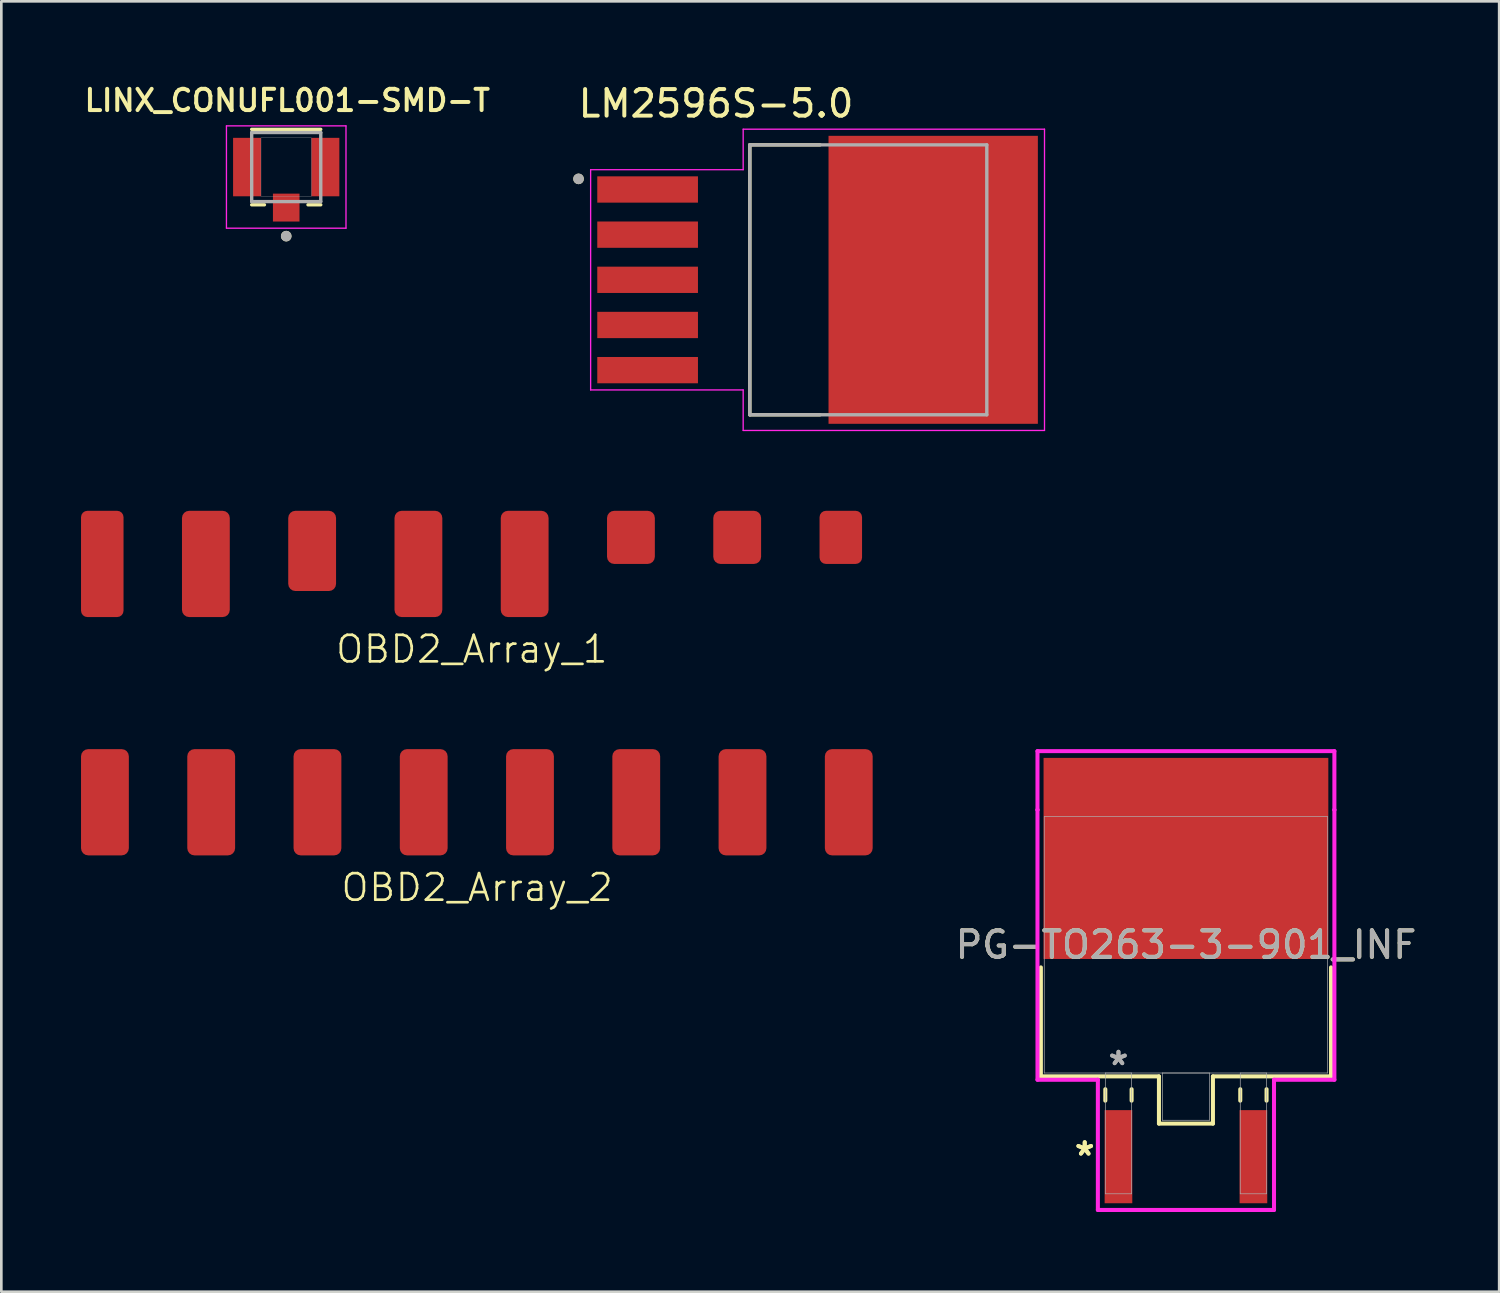
<source format=kicad_pcb>
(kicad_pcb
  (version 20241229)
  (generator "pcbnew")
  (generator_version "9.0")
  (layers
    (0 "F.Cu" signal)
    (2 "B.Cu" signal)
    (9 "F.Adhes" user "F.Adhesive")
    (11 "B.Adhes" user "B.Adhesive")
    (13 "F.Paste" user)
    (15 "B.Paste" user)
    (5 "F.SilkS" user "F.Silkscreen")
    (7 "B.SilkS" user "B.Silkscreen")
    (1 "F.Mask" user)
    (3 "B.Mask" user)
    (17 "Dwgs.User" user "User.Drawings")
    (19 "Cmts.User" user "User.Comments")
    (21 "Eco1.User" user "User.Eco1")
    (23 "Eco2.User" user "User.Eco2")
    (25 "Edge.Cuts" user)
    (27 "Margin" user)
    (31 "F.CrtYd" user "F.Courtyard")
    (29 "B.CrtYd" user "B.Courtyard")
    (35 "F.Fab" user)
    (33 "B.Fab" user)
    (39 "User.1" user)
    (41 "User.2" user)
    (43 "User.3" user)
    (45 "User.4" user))
  (footprint "OBD2_Array_2"
    (layer "F.Cu")
    (at 14.9 27.149)
    (property "Reference" "OBD2_Array_2" (at 0.01 3.21 0) (unlocked yes) (layer "F.SilkS") (effects (font (size 1 1) (thickness 0.1))))
    (attr smd)
    (pad "9" smd roundrect (at 14 0) (size 1.8 4) (layers "F.Cu" "F.Mask" "F.Paste") (roundrect_rratio 0.15))
    (pad "10" smd roundrect (at 10 0) (size 1.8 4) (layers "F.Cu" "F.Mask" "F.Paste") (roundrect_rratio 0.15))
    (pad "11" smd roundrect (at 6 0) (size 1.8 4) (layers "F.Cu" "F.Mask" "F.Paste") (roundrect_rratio 0.15))
    (pad "12" smd roundrect (at 2 0) (size 1.8 4) (layers "F.Cu" "F.Mask" "F.Paste") (roundrect_rratio 0.15))
    (pad "13" smd roundrect (at -2 0) (size 1.8 4) (layers "F.Cu" "F.Mask" "F.Paste") (roundrect_rratio 0.15))
    (pad "14" smd roundrect (at -6 0) (size 1.8 4) (layers "F.Cu" "F.Mask" "F.Paste") (roundrect_rratio 0.15))
    (pad "15" smd roundrect (at -10 0) (size 1.8 4) (layers "F.Cu" "F.Mask" "F.Paste") (roundrect_rratio 0.15))
    (pad "16" smd roundrect (at -14 0) (size 1.8 4) (layers "F.Cu" "F.Mask" "F.Paste") (roundrect_rratio 0.15)))
  (footprint "PG-TO263-3-901_INF"
    (layer "F.Cu")
    (at 41.592 32.515)
    (property "Reference" "PG-TO263-3-901_INF" (at 0 0 0) (unlocked yes) (layer "F.SilkS") (effects (font (size 1 1) (thickness 0.15))))
    (attr smd)
    (fp_line (start -5.461 0.85) (end -5.461 4.953) (stroke (width 0.152) (type solid)) (layer "F.SilkS"))
    (fp_line (start -5.461 4.953) (end -1.016 4.953) (stroke (width 0.152) (type solid)) (layer "F.SilkS"))
    (fp_line (start -3.035 5.436) (end -3.035 5.867) (stroke (width 0.152) (type solid)) (layer "F.SilkS"))
    (fp_line (start -2.045 5.436) (end -2.045 5.867) (stroke (width 0.152) (type solid)) (layer "F.SilkS"))
    (fp_line (start -1.016 4.953) (end -1.016 6.731) (stroke (width 0.152) (type solid)) (layer "F.SilkS"))
    (fp_line (start -1.016 6.731) (end 1.016 6.731) (stroke (width 0.152) (type solid)) (layer "F.SilkS"))
    (fp_line (start 1.016 4.953) (end 5.461 4.953) (stroke (width 0.152) (type solid)) (layer "F.SilkS"))
    (fp_line (start 1.016 6.731) (end 1.016 4.953) (stroke (width 0.152) (type solid)) (layer "F.SilkS"))
    (fp_line (start 2.045 5.436) (end 2.045 5.867) (stroke (width 0.152) (type solid)) (layer "F.SilkS"))
    (fp_line (start 3.035 5.436) (end 3.035 5.867) (stroke (width 0.152) (type solid)) (layer "F.SilkS"))
    (fp_line (start 5.461 4.953) (end 5.461 0.85) (stroke (width 0.152) (type solid)) (layer "F.SilkS"))
    (fp_line (start -5.588 -7.29) (end 5.588 -7.29) (stroke (width 0.152) (type solid)) (layer "F.CrtYd"))
    (fp_line (start -5.588 -5.08) (end -5.588 -7.29) (stroke (width 0.152) (type solid)) (layer "F.CrtYd"))
    (fp_line (start -5.588 -5.08) (end -5.588 -5.08) (stroke (width 0.152) (type solid)) (layer "F.CrtYd"))
    (fp_line (start -5.588 5.08) (end -5.588 -5.08) (stroke (width 0.152) (type solid)) (layer "F.CrtYd"))
    (fp_line (start -3.315 5.08) (end -5.588 5.08) (stroke (width 0.152) (type solid)) (layer "F.CrtYd"))
    (fp_line (start -3.315 9.982) (end -3.315 5.08) (stroke (width 0.152) (type solid)) (layer "F.CrtYd"))
    (fp_line (start 3.315 5.08) (end 3.315 9.982) (stroke (width 0.152) (type solid)) (layer "F.CrtYd"))
    (fp_line (start 3.315 9.982) (end -3.315 9.982) (stroke (width 0.152) (type solid)) (layer "F.CrtYd"))
    (fp_line (start 5.588 -7.29) (end 5.588 -5.08) (stroke (width 0.152) (type solid)) (layer "F.CrtYd"))
    (fp_line (start 5.588 -5.08) (end 5.588 -5.08) (stroke (width 0.152) (type solid)) (layer "F.CrtYd"))
    (fp_line (start 5.588 -5.08) (end 5.588 5.08) (stroke (width 0.152) (type solid)) (layer "F.CrtYd"))
    (fp_line (start 5.588 5.08) (end 3.315 5.08) (stroke (width 0.152) (type solid)) (layer "F.CrtYd"))
    (fp_line (start -5.334 -4.826) (end -5.334 4.826) (stroke (width 0.025) (type solid)) (layer "F.Fab"))
    (fp_line (start -5.334 4.826) (end 5.334 4.826) (stroke (width 0.025) (type solid)) (layer "F.Fab"))
    (fp_line (start -3.035 4.826) (end -3.035 9.373) (stroke (width 0.025) (type solid)) (layer "F.Fab"))
    (fp_line (start -3.035 9.373) (end -2.045 9.373) (stroke (width 0.025) (type solid)) (layer "F.Fab"))
    (fp_line (start -2.045 4.826) (end -3.035 4.826) (stroke (width 0.025) (type solid)) (layer "F.Fab"))
    (fp_line (start -2.045 9.373) (end -2.045 4.826) (stroke (width 0.025) (type solid)) (layer "F.Fab"))
    (fp_line (start -0.889 4.826) (end -0.889 6.604) (stroke (width 0.025) (type solid)) (layer "F.Fab"))
    (fp_line (start -0.889 6.604) (end 0.889 6.604) (stroke (width 0.025) (type solid)) (layer "F.Fab"))
    (fp_line (start 0.889 4.826) (end -0.889 4.826) (stroke (width 0.025) (type solid)) (layer "F.Fab"))
    (fp_line (start 0.889 6.604) (end 0.889 4.826) (stroke (width 0.025) (type solid)) (layer "F.Fab"))
    (fp_line (start 2.045 4.826) (end 2.045 9.373) (stroke (width 0.025) (type solid)) (layer "F.Fab"))
    (fp_line (start 2.045 9.373) (end 3.035 9.373) (stroke (width 0.025) (type solid)) (layer "F.Fab"))
    (fp_line (start 3.035 4.826) (end 2.045 4.826) (stroke (width 0.025) (type solid)) (layer "F.Fab"))
    (fp_line (start 3.035 9.373) (end 3.035 4.826) (stroke (width 0.025) (type solid)) (layer "F.Fab"))
    (fp_line (start 5.334 -4.826) (end -5.334 -4.826) (stroke (width 0.025) (type solid)) (layer "F.Fab"))
    (fp_line (start 5.334 4.826) (end 5.334 -4.826) (stroke (width 0.025) (type solid)) (layer "F.Fab"))
    (fp_text user "*" (at -3.81 7.976 0) (layer "F.SilkS") (effects (font (size 1 1) (thickness 0.15))))
    (fp_text user "*" (at -3.81 7.976 0) (unlocked yes) (layer "F.SilkS") (effects (font (size 1 1) (thickness 0.15))))
    (fp_text user "*" (at -2.54 4.572 0) (unlocked yes) (layer "F.Fab") (effects (font (size 1 1) (thickness 0.15))))
    (fp_text user "${REFERENCE}" (at 0 0 0) (unlocked yes) (layer "F.Fab") (effects (font (size 1 1) (thickness 0.15))))
    (fp_text user "*" (at -2.54 4.572 0) (layer "F.Fab") (effects (font (size 1 1) (thickness 0.15))))
    (pad "1" smd rect (at -2.54 7.976) (size 1.041 3.505) (layers "F.Cu" "F.Mask" "F.Paste"))
    (pad "2" smd rect (at 0 -3.251) (size 10.719 7.569) (layers "F.Cu" "F.Mask" "F.Paste"))
    (pad "3" smd rect (at 2.54 7.976) (size 1.041 3.505) (layers "F.Cu" "F.Mask" "F.Paste")))
  (footprint "OBD2_Array_1"
    (layer "F.Cu")
    (at 14.7 18.178)
    (property "Reference" "OBD2_Array_1" (at 0.01 3.21 0) (unlocked yes) (layer "F.SilkS") (effects (font (size 1 1) (thickness 0.1))))
    (attr smd)
    (pad "1" smd roundrect (at 13.9 -1) (size 1.6 2) (layers "F.Cu" "F.Mask" "F.Paste") (roundrect_rratio 0.15))
    (pad "2" smd roundrect (at 10 -1) (size 1.8 2) (layers "F.Cu" "F.Mask" "F.Paste") (roundrect_rratio 0.15))
    (pad "3" smd roundrect (at 6 -1) (size 1.8 2) (layers "F.Cu" "F.Mask" "F.Paste") (roundrect_rratio 0.15))
    (pad "4" smd roundrect (at 2 0) (size 1.8 4) (layers "F.Cu" "F.Mask" "F.Paste") (roundrect_rratio 0.15))
    (pad "5" smd roundrect (at -2 0) (size 1.8 4) (layers "F.Cu" "F.Mask" "F.Paste") (roundrect_rratio 0.15))
    (pad "6" smd roundrect (at -6 -0.49) (size 1.8 3.02) (layers "F.Cu" "F.Mask" "F.Paste") (roundrect_rratio 0.15))
    (pad "7" smd roundrect (at -10 0) (size 1.8 4) (layers "F.Cu" "F.Mask" "F.Paste") (roundrect_rratio 0.15))
    (pad "8" smd roundrect (at -13.9 0) (size 1.6 4) (layers "F.Cu" "F.Mask" "F.Paste") (roundrect_rratio 0.15)))
  (footprint "LINX_CONUFL001-SMD-T"
    (layer "F.Cu")
    (at 7.724 3.239)
    (property "Reference" "LINX_CONUFL001-SMD-T" (at 0.04 -2.508 0) (layer "F.SilkS") (effects (font (size 0.8 0.8) (thickness 0.15))))
    (attr smd)
    (fp_line (start -1.3 -1.42) (end 1.3 -1.42) (stroke (width 0.127) (type solid)) (layer "F.SilkS"))
    (fp_line (start -0.82 1.42) (end -1.3 1.42) (stroke (width 0.127) (type solid)) (layer "F.SilkS"))
    (fp_line (start 0.82 1.42) (end 1.3 1.42) (stroke (width 0.127) (type solid)) (layer "F.SilkS"))
    (fp_circle (center 0 2.6) (end 0.1 2.6) (stroke (width 0.2) (type solid)) (fill no) (layer "F.SilkS"))
    (fp_line (start -2.25 -1.55) (end 2.25 -1.55) (stroke (width 0.05) (type solid)) (layer "F.CrtYd"))
    (fp_line (start -2.25 2.3) (end -2.25 -1.55) (stroke (width 0.05) (type solid)) (layer "F.CrtYd"))
    (fp_line (start 2.25 -1.55) (end 2.25 2.3) (stroke (width 0.05) (type solid)) (layer "F.CrtYd"))
    (fp_line (start 2.25 2.3) (end -2.25 2.3) (stroke (width 0.05) (type solid)) (layer "F.CrtYd"))
    (fp_line (start -1.3 -1.3) (end 1.3 -1.3) (stroke (width 0.127) (type solid)) (layer "F.Fab"))
    (fp_line (start -1.3 1.3) (end -1.3 -1.3) (stroke (width 0.127) (type solid)) (layer "F.Fab"))
    (fp_line (start 1.3 -1.3) (end 1.3 1.3) (stroke (width 0.127) (type solid)) (layer "F.Fab"))
    (fp_line (start 1.3 1.3) (end -1.3 1.3) (stroke (width 0.127) (type solid)) (layer "F.Fab"))
    (fp_circle (center 0 2.6) (end 0.1 2.6) (stroke (width 0.2) (type solid)) (fill no) (layer "F.Fab"))
    (fp_poly (pts (xy -0.95 -1.1) (xy 0.95 -1.1) (xy 0.95 1.1) (xy -0.95 1.1)) (stroke (width 0.01) (type solid)) (fill no) (layer "F.Fab"))
    (pad "1" smd rect (at 0 1.525) (size 1 1.05) (layers "F.Cu" "F.Mask" "F.Paste"))
    (pad "2" smd rect (at -1.475 0) (size 1.05 2.2) (layers "F.Cu" "F.Mask" "F.Paste"))
    (pad "3" smd rect (at 1.475 0) (size 1.05 2.2) (layers "F.Cu" "F.Mask" "F.Paste")))
  (footprint "LM2596S-5.0"
    (layer "F.Cu")
    (at 27.728 7.483)
    (property "Reference" "LM2596S-5.0" (at -3.825 -6.635 0) (layer "F.SilkS") (effects (font (size 1 1) (thickness 0.15))))
    (attr smd)
    (fp_line (start -2.553 -5.08) (end 0.09 -5.08) (stroke (width 0.127) (type solid)) (layer "F.SilkS"))
    (fp_line (start -2.553 5.08) (end -2.553 -5.08) (stroke (width 0.127) (type solid)) (layer "F.SilkS"))
    (fp_line (start 0.09 5.08) (end -2.553 5.08) (stroke (width 0.127) (type solid)) (layer "F.SilkS"))
    (fp_circle (center -9 -3.8) (end -8.9 -3.8) (stroke (width 0.2) (type solid)) (fill no) (layer "F.SilkS"))
    (fp_poly (pts (xy 0.96 -5.15) (xy 2.48 -5.15) (xy 2.48 -3.9) (xy 0.96 -3.9)) (stroke (width 0.01) (type solid)) (fill yes) (layer "F.Paste"))
    (fp_poly (pts (xy 0.96 -3.34) (xy 2.48 -3.34) (xy 2.48 -2.09) (xy 0.96 -2.09)) (stroke (width 0.01) (type solid)) (fill yes) (layer "F.Paste"))
    (fp_poly (pts (xy 0.96 -1.53) (xy 2.48 -1.53) (xy 2.48 -0.28) (xy 0.96 -0.28)) (stroke (width 0.01) (type solid)) (fill yes) (layer "F.Paste"))
    (fp_poly (pts (xy 0.96 0.28) (xy 2.48 0.28) (xy 2.48 1.53) (xy 0.96 1.53)) (stroke (width 0.01) (type solid)) (fill yes) (layer "F.Paste"))
    (fp_poly (pts (xy 0.96 2.09) (xy 2.48 2.09) (xy 2.48 3.34) (xy 0.96 3.34)) (stroke (width 0.01) (type solid)) (fill yes) (layer "F.Paste"))
    (fp_poly (pts (xy 0.96 3.9) (xy 2.48 3.9) (xy 2.48 5.15) (xy 0.96 5.15)) (stroke (width 0.01) (type solid)) (fill yes) (layer "F.Paste"))
    (fp_poly (pts (xy 3.59 -5.15) (xy 5.11 -5.15) (xy 5.11 -3.9) (xy 3.59 -3.9)) (stroke (width 0.01) (type solid)) (fill yes) (layer "F.Paste"))
    (fp_poly (pts (xy 3.59 -3.34) (xy 5.11 -3.34) (xy 5.11 -2.09) (xy 3.59 -2.09)) (stroke (width 0.01) (type solid)) (fill yes) (layer "F.Paste"))
    (fp_poly (pts (xy 3.59 -1.53) (xy 5.11 -1.53) (xy 5.11 -0.28) (xy 3.59 -0.28)) (stroke (width 0.01) (type solid)) (fill yes) (layer "F.Paste"))
    (fp_poly (pts (xy 3.59 0.28) (xy 5.11 0.28) (xy 5.11 1.53) (xy 3.59 1.53)) (stroke (width 0.01) (type solid)) (fill yes) (layer "F.Paste"))
    (fp_poly (pts (xy 3.59 2.09) (xy 5.11 2.09) (xy 5.11 3.34) (xy 3.59 3.34)) (stroke (width 0.01) (type solid)) (fill yes) (layer "F.Paste"))
    (fp_poly (pts (xy 3.59 3.9) (xy 5.11 3.9) (xy 5.11 5.15) (xy 3.59 5.15)) (stroke (width 0.01) (type solid)) (fill yes) (layer "F.Paste"))
    (fp_poly (pts (xy 6.22 -5.15) (xy 7.74 -5.15) (xy 7.74 -3.9) (xy 6.22 -3.9)) (stroke (width 0.01) (type solid)) (fill yes) (layer "F.Paste"))
    (fp_poly (pts (xy 6.22 -3.34) (xy 7.74 -3.34) (xy 7.74 -2.09) (xy 6.22 -2.09)) (stroke (width 0.01) (type solid)) (fill yes) (layer "F.Paste"))
    (fp_poly (pts (xy 6.22 -1.53) (xy 7.74 -1.53) (xy 7.74 -0.28) (xy 6.22 -0.28)) (stroke (width 0.01) (type solid)) (fill yes) (layer "F.Paste"))
    (fp_poly (pts (xy 6.22 0.28) (xy 7.74 0.28) (xy 7.74 1.53) (xy 6.22 1.53)) (stroke (width 0.01) (type solid)) (fill yes) (layer "F.Paste"))
    (fp_poly (pts (xy 6.22 2.09) (xy 7.74 2.09) (xy 7.74 3.34) (xy 6.22 3.34)) (stroke (width 0.01) (type solid)) (fill yes) (layer "F.Paste"))
    (fp_poly (pts (xy 6.22 3.9) (xy 7.74 3.9) (xy 7.74 5.15) (xy 6.22 5.15)) (stroke (width 0.01) (type solid)) (fill yes) (layer "F.Paste"))
    (fp_line (start -8.545 -4.145) (end -8.545 4.145) (stroke (width 0.05) (type solid)) (layer "F.CrtYd"))
    (fp_line (start -8.545 4.145) (end -2.803 4.145) (stroke (width 0.05) (type solid)) (layer "F.CrtYd"))
    (fp_line (start -2.803 -5.67) (end -2.803 -4.145) (stroke (width 0.05) (type solid)) (layer "F.CrtYd"))
    (fp_line (start -2.803 -4.145) (end -8.545 -4.145) (stroke (width 0.05) (type solid)) (layer "F.CrtYd"))
    (fp_line (start -2.803 4.145) (end -2.803 5.67) (stroke (width 0.05) (type solid)) (layer "F.CrtYd"))
    (fp_line (start -2.803 5.67) (end 8.54 5.67) (stroke (width 0.05) (type solid)) (layer "F.CrtYd"))
    (fp_line (start 8.54 -5.67) (end -2.803 -5.67) (stroke (width 0.05) (type solid)) (layer "F.CrtYd"))
    (fp_line (start 8.54 5.67) (end 8.54 -5.67) (stroke (width 0.05) (type solid)) (layer "F.CrtYd"))
    (fp_line (start -2.553 -5.08) (end 6.368 -5.08) (stroke (width 0.127) (type solid)) (layer "F.Fab"))
    (fp_line (start -2.553 5.08) (end -2.553 -5.08) (stroke (width 0.127) (type solid)) (layer "F.Fab"))
    (fp_line (start 6.368 -5.08) (end 6.368 5.08) (stroke (width 0.127) (type solid)) (layer "F.Fab"))
    (fp_line (start 6.368 5.08) (end -2.553 5.08) (stroke (width 0.127) (type solid)) (layer "F.Fab"))
    (fp_circle (center -9 -3.8) (end -8.9 -3.8) (stroke (width 0.2) (type solid)) (fill no) (layer "F.Fab"))
    (pad "1" smd rect (at -6.4 -3.4) (size 3.79 0.99) (layers "F.Cu" "F.Mask" "F.Paste"))
    (pad "2" smd rect (at -6.4 -1.7) (size 3.79 0.99) (layers "F.Cu" "F.Mask" "F.Paste"))
    (pad "3" smd rect (at -6.4 0) (size 3.79 0.99) (layers "F.Cu" "F.Mask" "F.Paste"))
    (pad "4" smd rect (at -6.4 1.7) (size 3.79 0.99) (layers "F.Cu" "F.Mask" "F.Paste"))
    (pad "5" smd rect (at -6.4 3.4) (size 3.79 0.99) (layers "F.Cu" "F.Mask" "F.Paste"))
    (pad "6" smd rect (at 4.35 0) (size 7.88 10.84) (layers "F.Cu" "F.Mask")))
  (gr_rect
    (start -3 -3)
    (end 53.383 45.573)
    (stroke (width 0.1) (type default))
    (fill no)
    (layer "Edge.Cuts")))
</source>
